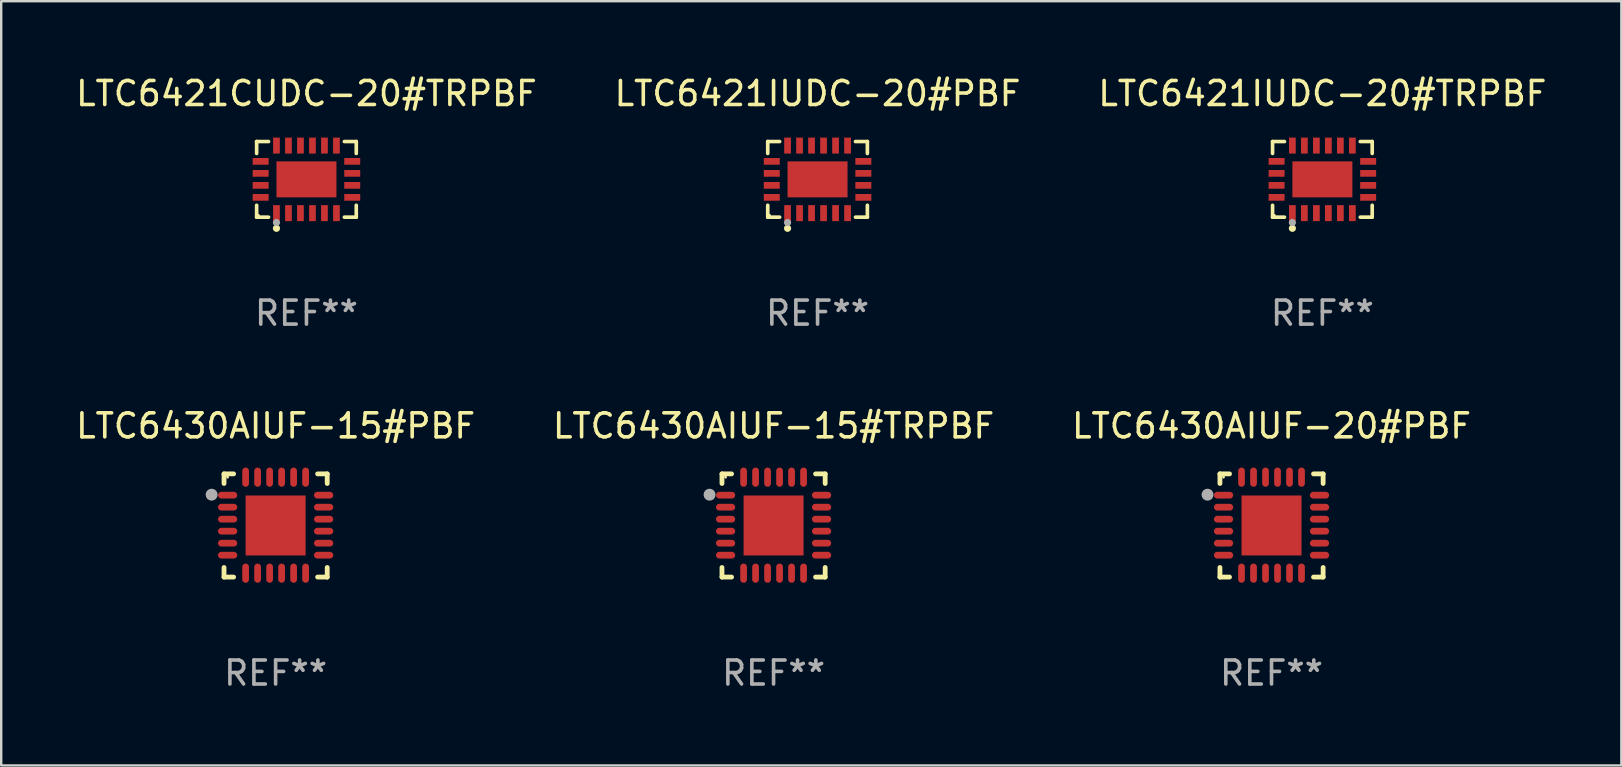
<source format=kicad_pcb>
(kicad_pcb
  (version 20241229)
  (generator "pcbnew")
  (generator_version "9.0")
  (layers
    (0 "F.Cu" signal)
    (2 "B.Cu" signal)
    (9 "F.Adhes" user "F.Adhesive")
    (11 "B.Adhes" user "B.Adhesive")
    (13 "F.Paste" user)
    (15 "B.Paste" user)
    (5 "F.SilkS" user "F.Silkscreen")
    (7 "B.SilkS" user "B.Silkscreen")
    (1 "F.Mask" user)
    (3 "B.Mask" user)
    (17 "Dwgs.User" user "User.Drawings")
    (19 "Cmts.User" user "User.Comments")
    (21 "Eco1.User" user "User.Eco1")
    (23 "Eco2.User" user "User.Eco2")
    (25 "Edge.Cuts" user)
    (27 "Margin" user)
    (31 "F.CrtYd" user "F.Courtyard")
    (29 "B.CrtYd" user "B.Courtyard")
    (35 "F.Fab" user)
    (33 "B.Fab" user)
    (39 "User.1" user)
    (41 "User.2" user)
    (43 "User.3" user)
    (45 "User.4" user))
  (footprint "LTC6421IUDC-20#PBF"
    (layer "F.Cu")
    (at 31.018 4.424)
    (property "Reference" "LTC6421IUDC-20#PBF" (at 0 -3.576 0) (layer "F.SilkS") (effects (font (size 1 1) (thickness 0.15))))
    (attr through_hole)
    (fp_line (start -2.076 -1.576) (end -1.58 -1.576) (stroke (width 0.152) (type solid)) (layer "F.SilkS"))
    (fp_line (start -2.076 -1.08) (end -2.076 -1.576) (stroke (width 0.152) (type solid)) (layer "F.SilkS"))
    (fp_line (start -2.076 1.08) (end -2.076 1.576) (stroke (width 0.152) (type solid)) (layer "F.SilkS"))
    (fp_line (start -2.076 1.576) (end -1.58 1.576) (stroke (width 0.152) (type solid)) (layer "F.SilkS"))
    (fp_line (start 2.076 -1.576) (end 1.58 -1.576) (stroke (width 0.152) (type solid)) (layer "F.SilkS"))
    (fp_line (start 2.076 -1.08) (end 2.076 -1.576) (stroke (width 0.152) (type solid)) (layer "F.SilkS"))
    (fp_line (start 2.076 1.08) (end 2.076 1.576) (stroke (width 0.152) (type solid)) (layer "F.SilkS"))
    (fp_line (start 2.076 1.576) (end 1.58 1.576) (stroke (width 0.152) (type solid)) (layer "F.SilkS"))
    (fp_circle (center -2 1.5) (end -1.97 1.5) (stroke (width 0.06) (type solid)) (fill no) (layer "F.SilkS"))
    (fp_circle (center -1.25 2.04) (end -1.175 2.04) (stroke (width 0.15) (type solid)) (fill no) (layer "F.SilkS"))
    (fp_circle (center -1.25 1.8) (end -1.175 1.8) (stroke (width 0.15) (type solid)) (fill no) (layer "F.Fab"))
    (fp_text user "REF**" (at 0 5.576 0) (layer "F.Fab") (effects (font (size 1 1) (thickness 0.15))))
    (pad "1" smd rect (at -1.25 1.407) (size 0.28 0.665) (layers "F.Cu" "F.Mask" "F.Paste"))
    (pad "2" smd rect (at -0.75 1.407) (size 0.28 0.665) (layers "F.Cu" "F.Mask" "F.Paste"))
    (pad "3" smd rect (at -0.25 1.407) (size 0.28 0.665) (layers "F.Cu" "F.Mask" "F.Paste"))
    (pad "4" smd rect (at 0.25 1.407) (size 0.28 0.665) (layers "F.Cu" "F.Mask" "F.Paste"))
    (pad "5" smd rect (at 0.75 1.407) (size 0.28 0.665) (layers "F.Cu" "F.Mask" "F.Paste"))
    (pad "6" smd rect (at 1.25 1.407) (size 0.28 0.665) (layers "F.Cu" "F.Mask" "F.Paste"))
    (pad "7" smd rect (at 1.908 0.75) (size 0.665 0.28) (layers "F.Cu" "F.Mask" "F.Paste"))
    (pad "8" smd rect (at 1.908 0.25) (size 0.665 0.28) (layers "F.Cu" "F.Mask" "F.Paste"))
    (pad "9" smd rect (at 1.908 -0.25) (size 0.665 0.28) (layers "F.Cu" "F.Mask" "F.Paste"))
    (pad "10" smd rect (at 1.908 -0.75) (size 0.665 0.28) (layers "F.Cu" "F.Mask" "F.Paste"))
    (pad "11" smd rect (at 1.25 -1.407) (size 0.28 0.665) (layers "F.Cu" "F.Mask" "F.Paste"))
    (pad "12" smd rect (at 0.75 -1.407) (size 0.28 0.665) (layers "F.Cu" "F.Mask" "F.Paste"))
    (pad "13" smd rect (at 0.25 -1.407) (size 0.28 0.665) (layers "F.Cu" "F.Mask" "F.Paste"))
    (pad "14" smd rect (at -0.25 -1.407) (size 0.28 0.665) (layers "F.Cu" "F.Mask" "F.Paste"))
    (pad "15" smd rect (at -0.75 -1.407) (size 0.28 0.665) (layers "F.Cu" "F.Mask" "F.Paste"))
    (pad "16" smd rect (at -1.25 -1.407) (size 0.28 0.665) (layers "F.Cu" "F.Mask" "F.Paste"))
    (pad "17" smd rect (at -1.908 -0.75) (size 0.665 0.28) (layers "F.Cu" "F.Mask" "F.Paste"))
    (pad "18" smd rect (at -1.908 -0.25) (size 0.665 0.28) (layers "F.Cu" "F.Mask" "F.Paste"))
    (pad "19" smd rect (at -1.908 0.25) (size 0.665 0.28) (layers "F.Cu" "F.Mask" "F.Paste"))
    (pad "20" smd rect (at -1.908 0.75) (size 0.665 0.28) (layers "F.Cu" "F.Mask" "F.Paste"))
    (pad "21" smd rect (at 0 0) (size 2.5 1.5) (layers "F.Cu" "F.Mask" "F.Paste")))
  (footprint "LTC6430AIUF-20#PBF"
    (layer "F.Cu")
    (at 49.935 18.847)
    (property "Reference" "LTC6430AIUF-20#PBF" (at 0 -4.15 0) (layer "F.SilkS") (effects (font (size 1 1) (thickness 0.15))))
    (attr through_hole)
    (fp_line (start -2.15 -2.15) (end -1.75 -2.15) (stroke (width 0.2) (type solid)) (layer "F.SilkS"))
    (fp_line (start -2.15 -1.75) (end -2.15 -2.15) (stroke (width 0.2) (type solid)) (layer "F.SilkS"))
    (fp_line (start -2.15 2.15) (end -2.15 1.75) (stroke (width 0.2) (type solid)) (layer "F.SilkS"))
    (fp_line (start -1.75 2.15) (end -2.15 2.15) (stroke (width 0.2) (type solid)) (layer "F.SilkS"))
    (fp_line (start 1.75 -2.15) (end 2.15 -2.15) (stroke (width 0.2) (type solid)) (layer "F.SilkS"))
    (fp_line (start 1.75 2.15) (end 2.15 2.15) (stroke (width 0.2) (type solid)) (layer "F.SilkS"))
    (fp_line (start 2.15 -2.15) (end 2.15 -1.75) (stroke (width 0.2) (type solid)) (layer "F.SilkS"))
    (fp_line (start 2.15 2.15) (end 2.15 1.75) (stroke (width 0.2) (type solid)) (layer "F.SilkS"))
    (fp_circle (center -2 -2.013) (end -1.97 -2.013) (stroke (width 0.06) (type solid)) (fill no) (layer "F.SilkS"))
    (fp_circle (center -2.667 -1.283) (end -2.542 -1.283) (stroke (width 0.25) (type solid)) (fill no) (layer "F.Fab"))
    (fp_text user "REF**" (at 0 6.15 0) (layer "F.Fab") (effects (font (size 1 1) (thickness 0.15))))
    (pad "1" smd oval (at -2 -1.263) (size 0.8 0.28) (layers "F.Cu" "F.Mask" "F.Paste"))
    (pad "2" smd oval (at -2 -0.763) (size 0.8 0.28) (layers "F.Cu" "F.Mask" "F.Paste"))
    (pad "3" smd oval (at -2 -0.263) (size 0.8 0.28) (layers "F.Cu" "F.Mask" "F.Paste"))
    (pad "4" smd oval (at -2 0.237) (size 0.8 0.28) (layers "F.Cu" "F.Mask" "F.Paste"))
    (pad "5" smd oval (at -2 0.737) (size 0.8 0.28) (layers "F.Cu" "F.Mask" "F.Paste"))
    (pad "6" smd oval (at -2 1.237) (size 0.8 0.28) (layers "F.Cu" "F.Mask" "F.Paste"))
    (pad "7" smd oval (at -1.25 1.987) (size 0.28 0.8) (layers "F.Cu" "F.Mask" "F.Paste"))
    (pad "8" smd oval (at -0.75 1.987) (size 0.28 0.8) (layers "F.Cu" "F.Mask" "F.Paste"))
    (pad "9" smd oval (at -0.25 1.987) (size 0.28 0.8) (layers "F.Cu" "F.Mask" "F.Paste"))
    (pad "10" smd oval (at 0.25 1.987) (size 0.28 0.8) (layers "F.Cu" "F.Mask" "F.Paste"))
    (pad "11" smd oval (at 0.75 1.987) (size 0.28 0.8) (layers "F.Cu" "F.Mask" "F.Paste"))
    (pad "12" smd oval (at 1.25 1.987) (size 0.28 0.8) (layers "F.Cu" "F.Mask" "F.Paste"))
    (pad "13" smd oval (at 2 1.237) (size 0.8 0.28) (layers "F.Cu" "F.Mask" "F.Paste"))
    (pad "14" smd oval (at 2 0.737) (size 0.8 0.28) (layers "F.Cu" "F.Mask" "F.Paste"))
    (pad "15" smd oval (at 2 0.237) (size 0.8 0.28) (layers "F.Cu" "F.Mask" "F.Paste"))
    (pad "16" smd oval (at 2 -0.263) (size 0.8 0.28) (layers "F.Cu" "F.Mask" "F.Paste"))
    (pad "17" smd oval (at 2 -0.763) (size 0.8 0.28) (layers "F.Cu" "F.Mask" "F.Paste"))
    (pad "18" smd oval (at 2 -1.263) (size 0.8 0.28) (layers "F.Cu" "F.Mask" "F.Paste"))
    (pad "19" smd oval (at 1.25 -2.013) (size 0.28 0.8) (layers "F.Cu" "F.Mask" "F.Paste"))
    (pad "20" smd oval (at 0.75 -2.013) (size 0.28 0.8) (layers "F.Cu" "F.Mask" "F.Paste"))
    (pad "21" smd oval (at 0.25 -2.013) (size 0.28 0.8) (layers "F.Cu" "F.Mask" "F.Paste"))
    (pad "22" smd oval (at -0.25 -2.013) (size 0.28 0.8) (layers "F.Cu" "F.Mask" "F.Paste"))
    (pad "23" smd oval (at -0.75 -2.013) (size 0.28 0.8) (layers "F.Cu" "F.Mask" "F.Paste"))
    (pad "24" smd oval (at -1.25 -2.013) (size 0.28 0.8) (layers "F.Cu" "F.Mask" "F.Paste"))
    (pad "25" smd rect (at -0.000127 -0.00014) (size 2.5 2.5) (layers "F.Cu" "F.Mask" "F.Paste")))
  (footprint "LTC6421IUDC-20#TRPBF"
    (layer "F.Cu")
    (at 52.054 4.424)
    (property "Reference" "LTC6421IUDC-20#TRPBF" (at 0 -3.576 0) (layer "F.SilkS") (effects (font (size 1 1) (thickness 0.15))))
    (attr through_hole)
    (fp_line (start -2.076 -1.576) (end -1.58 -1.576) (stroke (width 0.152) (type solid)) (layer "F.SilkS"))
    (fp_line (start -2.076 -1.08) (end -2.076 -1.576) (stroke (width 0.152) (type solid)) (layer "F.SilkS"))
    (fp_line (start -2.076 1.08) (end -2.076 1.576) (stroke (width 0.152) (type solid)) (layer "F.SilkS"))
    (fp_line (start -2.076 1.576) (end -1.58 1.576) (stroke (width 0.152) (type solid)) (layer "F.SilkS"))
    (fp_line (start 2.076 -1.576) (end 1.58 -1.576) (stroke (width 0.152) (type solid)) (layer "F.SilkS"))
    (fp_line (start 2.076 -1.08) (end 2.076 -1.576) (stroke (width 0.152) (type solid)) (layer "F.SilkS"))
    (fp_line (start 2.076 1.08) (end 2.076 1.576) (stroke (width 0.152) (type solid)) (layer "F.SilkS"))
    (fp_line (start 2.076 1.576) (end 1.58 1.576) (stroke (width 0.152) (type solid)) (layer "F.SilkS"))
    (fp_circle (center -2 1.5) (end -1.97 1.5) (stroke (width 0.06) (type solid)) (fill no) (layer "F.SilkS"))
    (fp_circle (center -1.25 2.04) (end -1.175 2.04) (stroke (width 0.15) (type solid)) (fill no) (layer "F.SilkS"))
    (fp_circle (center -1.25 1.8) (end -1.175 1.8) (stroke (width 0.15) (type solid)) (fill no) (layer "F.Fab"))
    (fp_text user "REF**" (at 0 5.576 0) (layer "F.Fab") (effects (font (size 1 1) (thickness 0.15))))
    (pad "1" smd rect (at -1.25 1.407) (size 0.28 0.665) (layers "F.Cu" "F.Mask" "F.Paste"))
    (pad "2" smd rect (at -0.75 1.407) (size 0.28 0.665) (layers "F.Cu" "F.Mask" "F.Paste"))
    (pad "3" smd rect (at -0.25 1.407) (size 0.28 0.665) (layers "F.Cu" "F.Mask" "F.Paste"))
    (pad "4" smd rect (at 0.25 1.407) (size 0.28 0.665) (layers "F.Cu" "F.Mask" "F.Paste"))
    (pad "5" smd rect (at 0.75 1.407) (size 0.28 0.665) (layers "F.Cu" "F.Mask" "F.Paste"))
    (pad "6" smd rect (at 1.25 1.407) (size 0.28 0.665) (layers "F.Cu" "F.Mask" "F.Paste"))
    (pad "7" smd rect (at 1.908 0.75) (size 0.665 0.28) (layers "F.Cu" "F.Mask" "F.Paste"))
    (pad "8" smd rect (at 1.908 0.25) (size 0.665 0.28) (layers "F.Cu" "F.Mask" "F.Paste"))
    (pad "9" smd rect (at 1.908 -0.25) (size 0.665 0.28) (layers "F.Cu" "F.Mask" "F.Paste"))
    (pad "10" smd rect (at 1.908 -0.75) (size 0.665 0.28) (layers "F.Cu" "F.Mask" "F.Paste"))
    (pad "11" smd rect (at 1.25 -1.407) (size 0.28 0.665) (layers "F.Cu" "F.Mask" "F.Paste"))
    (pad "12" smd rect (at 0.75 -1.407) (size 0.28 0.665) (layers "F.Cu" "F.Mask" "F.Paste"))
    (pad "13" smd rect (at 0.25 -1.407) (size 0.28 0.665) (layers "F.Cu" "F.Mask" "F.Paste"))
    (pad "14" smd rect (at -0.25 -1.407) (size 0.28 0.665) (layers "F.Cu" "F.Mask" "F.Paste"))
    (pad "15" smd rect (at -0.75 -1.407) (size 0.28 0.665) (layers "F.Cu" "F.Mask" "F.Paste"))
    (pad "16" smd rect (at -1.25 -1.407) (size 0.28 0.665) (layers "F.Cu" "F.Mask" "F.Paste"))
    (pad "17" smd rect (at -1.908 -0.75) (size 0.665 0.28) (layers "F.Cu" "F.Mask" "F.Paste"))
    (pad "18" smd rect (at -1.908 -0.25) (size 0.665 0.28) (layers "F.Cu" "F.Mask" "F.Paste"))
    (pad "19" smd rect (at -1.908 0.25) (size 0.665 0.28) (layers "F.Cu" "F.Mask" "F.Paste"))
    (pad "20" smd rect (at -1.908 0.75) (size 0.665 0.28) (layers "F.Cu" "F.Mask" "F.Paste"))
    (pad "21" smd rect (at 0 0) (size 2.5 1.5) (layers "F.Cu" "F.Mask" "F.Paste")))
  (footprint "LTC6430AIUF-15#TRPBF"
    (layer "F.Cu")
    (at 29.185 18.847)
    (property "Reference" "LTC6430AIUF-15#TRPBF" (at 0 -4.15 0) (layer "F.SilkS") (effects (font (size 1 1) (thickness 0.15))))
    (attr through_hole)
    (fp_line (start -2.15 -2.15) (end -1.75 -2.15) (stroke (width 0.2) (type solid)) (layer "F.SilkS"))
    (fp_line (start -2.15 -1.75) (end -2.15 -2.15) (stroke (width 0.2) (type solid)) (layer "F.SilkS"))
    (fp_line (start -2.15 2.15) (end -2.15 1.75) (stroke (width 0.2) (type solid)) (layer "F.SilkS"))
    (fp_line (start -1.75 2.15) (end -2.15 2.15) (stroke (width 0.2) (type solid)) (layer "F.SilkS"))
    (fp_line (start 1.75 -2.15) (end 2.15 -2.15) (stroke (width 0.2) (type solid)) (layer "F.SilkS"))
    (fp_line (start 1.75 2.15) (end 2.15 2.15) (stroke (width 0.2) (type solid)) (layer "F.SilkS"))
    (fp_line (start 2.15 -2.15) (end 2.15 -1.75) (stroke (width 0.2) (type solid)) (layer "F.SilkS"))
    (fp_line (start 2.15 2.15) (end 2.15 1.75) (stroke (width 0.2) (type solid)) (layer "F.SilkS"))
    (fp_circle (center -2 -2.013) (end -1.97 -2.013) (stroke (width 0.06) (type solid)) (fill no) (layer "F.SilkS"))
    (fp_circle (center -2.667 -1.283) (end -2.542 -1.283) (stroke (width 0.25) (type solid)) (fill no) (layer "F.Fab"))
    (fp_text user "REF**" (at 0 6.15 0) (layer "F.Fab") (effects (font (size 1 1) (thickness 0.15))))
    (pad "1" smd oval (at -2 -1.263) (size 0.8 0.28) (layers "F.Cu" "F.Mask" "F.Paste"))
    (pad "2" smd oval (at -2 -0.763) (size 0.8 0.28) (layers "F.Cu" "F.Mask" "F.Paste"))
    (pad "3" smd oval (at -2 -0.263) (size 0.8 0.28) (layers "F.Cu" "F.Mask" "F.Paste"))
    (pad "4" smd oval (at -2 0.237) (size 0.8 0.28) (layers "F.Cu" "F.Mask" "F.Paste"))
    (pad "5" smd oval (at -2 0.737) (size 0.8 0.28) (layers "F.Cu" "F.Mask" "F.Paste"))
    (pad "6" smd oval (at -2 1.237) (size 0.8 0.28) (layers "F.Cu" "F.Mask" "F.Paste"))
    (pad "7" smd oval (at -1.25 1.987) (size 0.28 0.8) (layers "F.Cu" "F.Mask" "F.Paste"))
    (pad "8" smd oval (at -0.75 1.987) (size 0.28 0.8) (layers "F.Cu" "F.Mask" "F.Paste"))
    (pad "9" smd oval (at -0.25 1.987) (size 0.28 0.8) (layers "F.Cu" "F.Mask" "F.Paste"))
    (pad "10" smd oval (at 0.25 1.987) (size 0.28 0.8) (layers "F.Cu" "F.Mask" "F.Paste"))
    (pad "11" smd oval (at 0.75 1.987) (size 0.28 0.8) (layers "F.Cu" "F.Mask" "F.Paste"))
    (pad "12" smd oval (at 1.25 1.987) (size 0.28 0.8) (layers "F.Cu" "F.Mask" "F.Paste"))
    (pad "13" smd oval (at 2 1.237) (size 0.8 0.28) (layers "F.Cu" "F.Mask" "F.Paste"))
    (pad "14" smd oval (at 2 0.737) (size 0.8 0.28) (layers "F.Cu" "F.Mask" "F.Paste"))
    (pad "15" smd oval (at 2 0.237) (size 0.8 0.28) (layers "F.Cu" "F.Mask" "F.Paste"))
    (pad "16" smd oval (at 2 -0.263) (size 0.8 0.28) (layers "F.Cu" "F.Mask" "F.Paste"))
    (pad "17" smd oval (at 2 -0.763) (size 0.8 0.28) (layers "F.Cu" "F.Mask" "F.Paste"))
    (pad "18" smd oval (at 2 -1.263) (size 0.8 0.28) (layers "F.Cu" "F.Mask" "F.Paste"))
    (pad "19" smd oval (at 1.25 -2.013) (size 0.28 0.8) (layers "F.Cu" "F.Mask" "F.Paste"))
    (pad "20" smd oval (at 0.75 -2.013) (size 0.28 0.8) (layers "F.Cu" "F.Mask" "F.Paste"))
    (pad "21" smd oval (at 0.25 -2.013) (size 0.28 0.8) (layers "F.Cu" "F.Mask" "F.Paste"))
    (pad "22" smd oval (at -0.25 -2.013) (size 0.28 0.8) (layers "F.Cu" "F.Mask" "F.Paste"))
    (pad "23" smd oval (at -0.75 -2.013) (size 0.28 0.8) (layers "F.Cu" "F.Mask" "F.Paste"))
    (pad "24" smd oval (at -1.25 -2.013) (size 0.28 0.8) (layers "F.Cu" "F.Mask" "F.Paste"))
    (pad "25" smd rect (at -0.000127 -0.00014) (size 2.5 2.5) (layers "F.Cu" "F.Mask" "F.Paste")))
  (footprint "LTC6421CUDC-20#TRPBF"
    (layer "F.Cu")
    (at 9.72 4.424)
    (property "Reference" "LTC6421CUDC-20#TRPBF" (at 0 -3.576 0) (layer "F.SilkS") (effects (font (size 1 1) (thickness 0.15))))
    (attr through_hole)
    (fp_line (start -2.076 -1.576) (end -1.58 -1.576) (stroke (width 0.152) (type solid)) (layer "F.SilkS"))
    (fp_line (start -2.076 -1.08) (end -2.076 -1.576) (stroke (width 0.152) (type solid)) (layer "F.SilkS"))
    (fp_line (start -2.076 1.08) (end -2.076 1.576) (stroke (width 0.152) (type solid)) (layer "F.SilkS"))
    (fp_line (start -2.076 1.576) (end -1.58 1.576) (stroke (width 0.152) (type solid)) (layer "F.SilkS"))
    (fp_line (start 2.076 -1.576) (end 1.58 -1.576) (stroke (width 0.152) (type solid)) (layer "F.SilkS"))
    (fp_line (start 2.076 -1.08) (end 2.076 -1.576) (stroke (width 0.152) (type solid)) (layer "F.SilkS"))
    (fp_line (start 2.076 1.08) (end 2.076 1.576) (stroke (width 0.152) (type solid)) (layer "F.SilkS"))
    (fp_line (start 2.076 1.576) (end 1.58 1.576) (stroke (width 0.152) (type solid)) (layer "F.SilkS"))
    (fp_circle (center -2 1.5) (end -1.97 1.5) (stroke (width 0.06) (type solid)) (fill no) (layer "F.SilkS"))
    (fp_circle (center -1.25 2.04) (end -1.175 2.04) (stroke (width 0.15) (type solid)) (fill no) (layer "F.SilkS"))
    (fp_circle (center -1.25 1.8) (end -1.175 1.8) (stroke (width 0.15) (type solid)) (fill no) (layer "F.Fab"))
    (fp_text user "REF**" (at 0 5.576 0) (layer "F.Fab") (effects (font (size 1 1) (thickness 0.15))))
    (pad "1" smd rect (at -1.25 1.407) (size 0.28 0.665) (layers "F.Cu" "F.Mask" "F.Paste"))
    (pad "2" smd rect (at -0.75 1.407) (size 0.28 0.665) (layers "F.Cu" "F.Mask" "F.Paste"))
    (pad "3" smd rect (at -0.25 1.407) (size 0.28 0.665) (layers "F.Cu" "F.Mask" "F.Paste"))
    (pad "4" smd rect (at 0.25 1.407) (size 0.28 0.665) (layers "F.Cu" "F.Mask" "F.Paste"))
    (pad "5" smd rect (at 0.75 1.407) (size 0.28 0.665) (layers "F.Cu" "F.Mask" "F.Paste"))
    (pad "6" smd rect (at 1.25 1.407) (size 0.28 0.665) (layers "F.Cu" "F.Mask" "F.Paste"))
    (pad "7" smd rect (at 1.908 0.75) (size 0.665 0.28) (layers "F.Cu" "F.Mask" "F.Paste"))
    (pad "8" smd rect (at 1.908 0.25) (size 0.665 0.28) (layers "F.Cu" "F.Mask" "F.Paste"))
    (pad "9" smd rect (at 1.908 -0.25) (size 0.665 0.28) (layers "F.Cu" "F.Mask" "F.Paste"))
    (pad "10" smd rect (at 1.908 -0.75) (size 0.665 0.28) (layers "F.Cu" "F.Mask" "F.Paste"))
    (pad "11" smd rect (at 1.25 -1.407) (size 0.28 0.665) (layers "F.Cu" "F.Mask" "F.Paste"))
    (pad "12" smd rect (at 0.75 -1.407) (size 0.28 0.665) (layers "F.Cu" "F.Mask" "F.Paste"))
    (pad "13" smd rect (at 0.25 -1.407) (size 0.28 0.665) (layers "F.Cu" "F.Mask" "F.Paste"))
    (pad "14" smd rect (at -0.25 -1.407) (size 0.28 0.665) (layers "F.Cu" "F.Mask" "F.Paste"))
    (pad "15" smd rect (at -0.75 -1.407) (size 0.28 0.665) (layers "F.Cu" "F.Mask" "F.Paste"))
    (pad "16" smd rect (at -1.25 -1.407) (size 0.28 0.665) (layers "F.Cu" "F.Mask" "F.Paste"))
    (pad "17" smd rect (at -1.908 -0.75) (size 0.665 0.28) (layers "F.Cu" "F.Mask" "F.Paste"))
    (pad "18" smd rect (at -1.908 -0.25) (size 0.665 0.28) (layers "F.Cu" "F.Mask" "F.Paste"))
    (pad "19" smd rect (at -1.908 0.25) (size 0.665 0.28) (layers "F.Cu" "F.Mask" "F.Paste"))
    (pad "20" smd rect (at -1.908 0.75) (size 0.665 0.28) (layers "F.Cu" "F.Mask" "F.Paste"))
    (pad "21" smd rect (at 0 0) (size 2.5 1.5) (layers "F.Cu" "F.Mask" "F.Paste")))
  (footprint "LTC6430AIUF-15#PBF"
    (layer "F.Cu")
    (at 8.435 18.847)
    (property "Reference" "LTC6430AIUF-15#PBF" (at 0 -4.15 0) (layer "F.SilkS") (effects (font (size 1 1) (thickness 0.15))))
    (attr through_hole)
    (fp_line (start -2.15 -2.15) (end -1.75 -2.15) (stroke (width 0.2) (type solid)) (layer "F.SilkS"))
    (fp_line (start -2.15 -1.75) (end -2.15 -2.15) (stroke (width 0.2) (type solid)) (layer "F.SilkS"))
    (fp_line (start -2.15 2.15) (end -2.15 1.75) (stroke (width 0.2) (type solid)) (layer "F.SilkS"))
    (fp_line (start -1.75 2.15) (end -2.15 2.15) (stroke (width 0.2) (type solid)) (layer "F.SilkS"))
    (fp_line (start 1.75 -2.15) (end 2.15 -2.15) (stroke (width 0.2) (type solid)) (layer "F.SilkS"))
    (fp_line (start 1.75 2.15) (end 2.15 2.15) (stroke (width 0.2) (type solid)) (layer "F.SilkS"))
    (fp_line (start 2.15 -2.15) (end 2.15 -1.75) (stroke (width 0.2) (type solid)) (layer "F.SilkS"))
    (fp_line (start 2.15 2.15) (end 2.15 1.75) (stroke (width 0.2) (type solid)) (layer "F.SilkS"))
    (fp_circle (center -2 -2.013) (end -1.97 -2.013) (stroke (width 0.06) (type solid)) (fill no) (layer "F.SilkS"))
    (fp_circle (center -2.667 -1.283) (end -2.542 -1.283) (stroke (width 0.25) (type solid)) (fill no) (layer "F.Fab"))
    (fp_text user "REF**" (at 0 6.15 0) (layer "F.Fab") (effects (font (size 1 1) (thickness 0.15))))
    (pad "1" smd oval (at -2 -1.263) (size 0.8 0.28) (layers "F.Cu" "F.Mask" "F.Paste"))
    (pad "2" smd oval (at -2 -0.763) (size 0.8 0.28) (layers "F.Cu" "F.Mask" "F.Paste"))
    (pad "3" smd oval (at -2 -0.263) (size 0.8 0.28) (layers "F.Cu" "F.Mask" "F.Paste"))
    (pad "4" smd oval (at -2 0.237) (size 0.8 0.28) (layers "F.Cu" "F.Mask" "F.Paste"))
    (pad "5" smd oval (at -2 0.737) (size 0.8 0.28) (layers "F.Cu" "F.Mask" "F.Paste"))
    (pad "6" smd oval (at -2 1.237) (size 0.8 0.28) (layers "F.Cu" "F.Mask" "F.Paste"))
    (pad "7" smd oval (at -1.25 1.987) (size 0.28 0.8) (layers "F.Cu" "F.Mask" "F.Paste"))
    (pad "8" smd oval (at -0.75 1.987) (size 0.28 0.8) (layers "F.Cu" "F.Mask" "F.Paste"))
    (pad "9" smd oval (at -0.25 1.987) (size 0.28 0.8) (layers "F.Cu" "F.Mask" "F.Paste"))
    (pad "10" smd oval (at 0.25 1.987) (size 0.28 0.8) (layers "F.Cu" "F.Mask" "F.Paste"))
    (pad "11" smd oval (at 0.75 1.987) (size 0.28 0.8) (layers "F.Cu" "F.Mask" "F.Paste"))
    (pad "12" smd oval (at 1.25 1.987) (size 0.28 0.8) (layers "F.Cu" "F.Mask" "F.Paste"))
    (pad "13" smd oval (at 2 1.237) (size 0.8 0.28) (layers "F.Cu" "F.Mask" "F.Paste"))
    (pad "14" smd oval (at 2 0.737) (size 0.8 0.28) (layers "F.Cu" "F.Mask" "F.Paste"))
    (pad "15" smd oval (at 2 0.237) (size 0.8 0.28) (layers "F.Cu" "F.Mask" "F.Paste"))
    (pad "16" smd oval (at 2 -0.263) (size 0.8 0.28) (layers "F.Cu" "F.Mask" "F.Paste"))
    (pad "17" smd oval (at 2 -0.763) (size 0.8 0.28) (layers "F.Cu" "F.Mask" "F.Paste"))
    (pad "18" smd oval (at 2 -1.263) (size 0.8 0.28) (layers "F.Cu" "F.Mask" "F.Paste"))
    (pad "19" smd oval (at 1.25 -2.013) (size 0.28 0.8) (layers "F.Cu" "F.Mask" "F.Paste"))
    (pad "20" smd oval (at 0.75 -2.013) (size 0.28 0.8) (layers "F.Cu" "F.Mask" "F.Paste"))
    (pad "21" smd oval (at 0.25 -2.013) (size 0.28 0.8) (layers "F.Cu" "F.Mask" "F.Paste"))
    (pad "22" smd oval (at -0.25 -2.013) (size 0.28 0.8) (layers "F.Cu" "F.Mask" "F.Paste"))
    (pad "23" smd oval (at -0.75 -2.013) (size 0.28 0.8) (layers "F.Cu" "F.Mask" "F.Paste"))
    (pad "24" smd oval (at -1.25 -2.013) (size 0.28 0.8) (layers "F.Cu" "F.Mask" "F.Paste"))
    (pad "25" smd rect (at -0.000127 -0.00014) (size 2.5 2.5) (layers "F.Cu" "F.Mask" "F.Paste")))
  (gr_rect
    (start -3 -3)
    (end 64.512 28.846)
    (stroke (width 0.1) (type default))
    (fill no)
    (layer "Edge.Cuts")))
</source>
